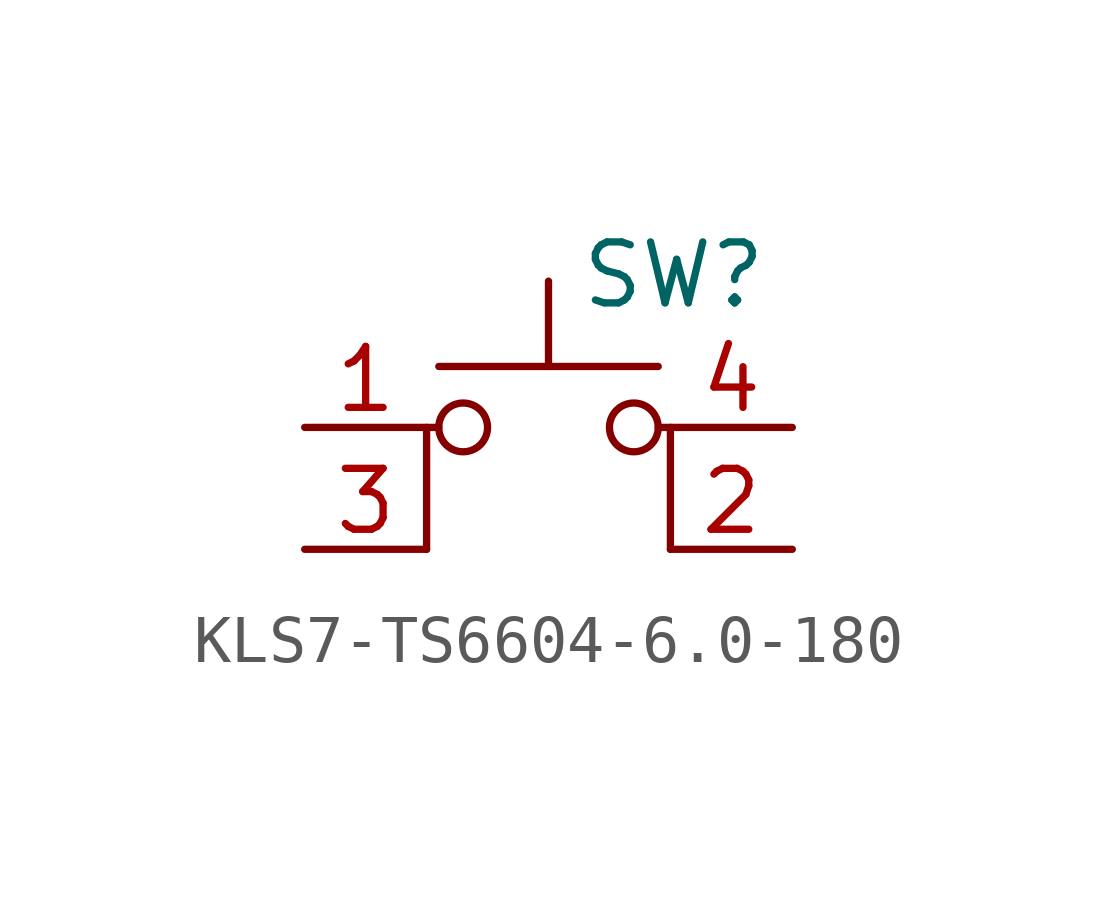
<source format=kicad_sym>
(kicad_symbol_lib
  (version 20211014)
  (generator kicad_symbol_editor)
  (symbol "KLS7-TS6604-6.0-180"
    (pin_names
      (offset 1.016) hide)
    (property "Reference" "SW"
      (at 0.635 5.715 0)
      (effects (font (size 1.27 1.27)) (justify left)))
    (symbol "KLS7-TS6604-6.0-180_0_1"
      (circle (center -1.778 2.54) (radius 0.508) (stroke (width 0) (type default) (color 0 0 0 0)) (fill (type none)))
      (polyline (pts (xy -2.286 3.81) (xy 2.286 3.81)) (stroke (width 0) (type default) (color 0 0 0 0)) (fill (type none)))
      (polyline (pts (xy 0 3.81) (xy 0 5.588)) (stroke (width 0) (type default) (color 0 0 0 0)) (fill (type none)))
      (polyline (pts (xy -2.54 0) (xy -2.54 2.54) (xy -2.286 2.54)) (stroke (width 0) (type default) (color 0 0 0 0)) (fill (type none)))
      (polyline (pts (xy 2.54 0) (xy 2.54 2.54) (xy 2.286 2.54)) (stroke (width 0) (type default) (color 0 0 0 0)) (fill (type none)))
      (circle (center 1.778 2.54) (radius 0.508) (stroke (width 0) (type default) (color 0 0 0 0)) (fill (type none)))
      (pin passive line (at -5.08 2.54 0) (length 2.54) (name "1" (effects (font (size 1.27 1.27)))) (number "1" (effects (font (size 1.27 1.27)))))
      (pin passive line (at 5.08 0 180) (length 2.54) (name "2" (effects (font (size 1.27 1.27)))) (number "2" (effects (font (size 1.27 1.27)))))
      (pin passive line (at -5.08 0 0) (length 2.54) (name "3" (effects (font (size 1.27 1.27)))) (number "3" (effects (font (size 1.27 1.27)))))
      (pin passive line (at 5.08 2.54 180) (length 2.54) (name "A" (effects (font (size 1.27 1.27)))) (number "4" (effects (font (size 1.27 1.27))))))))
</source>
